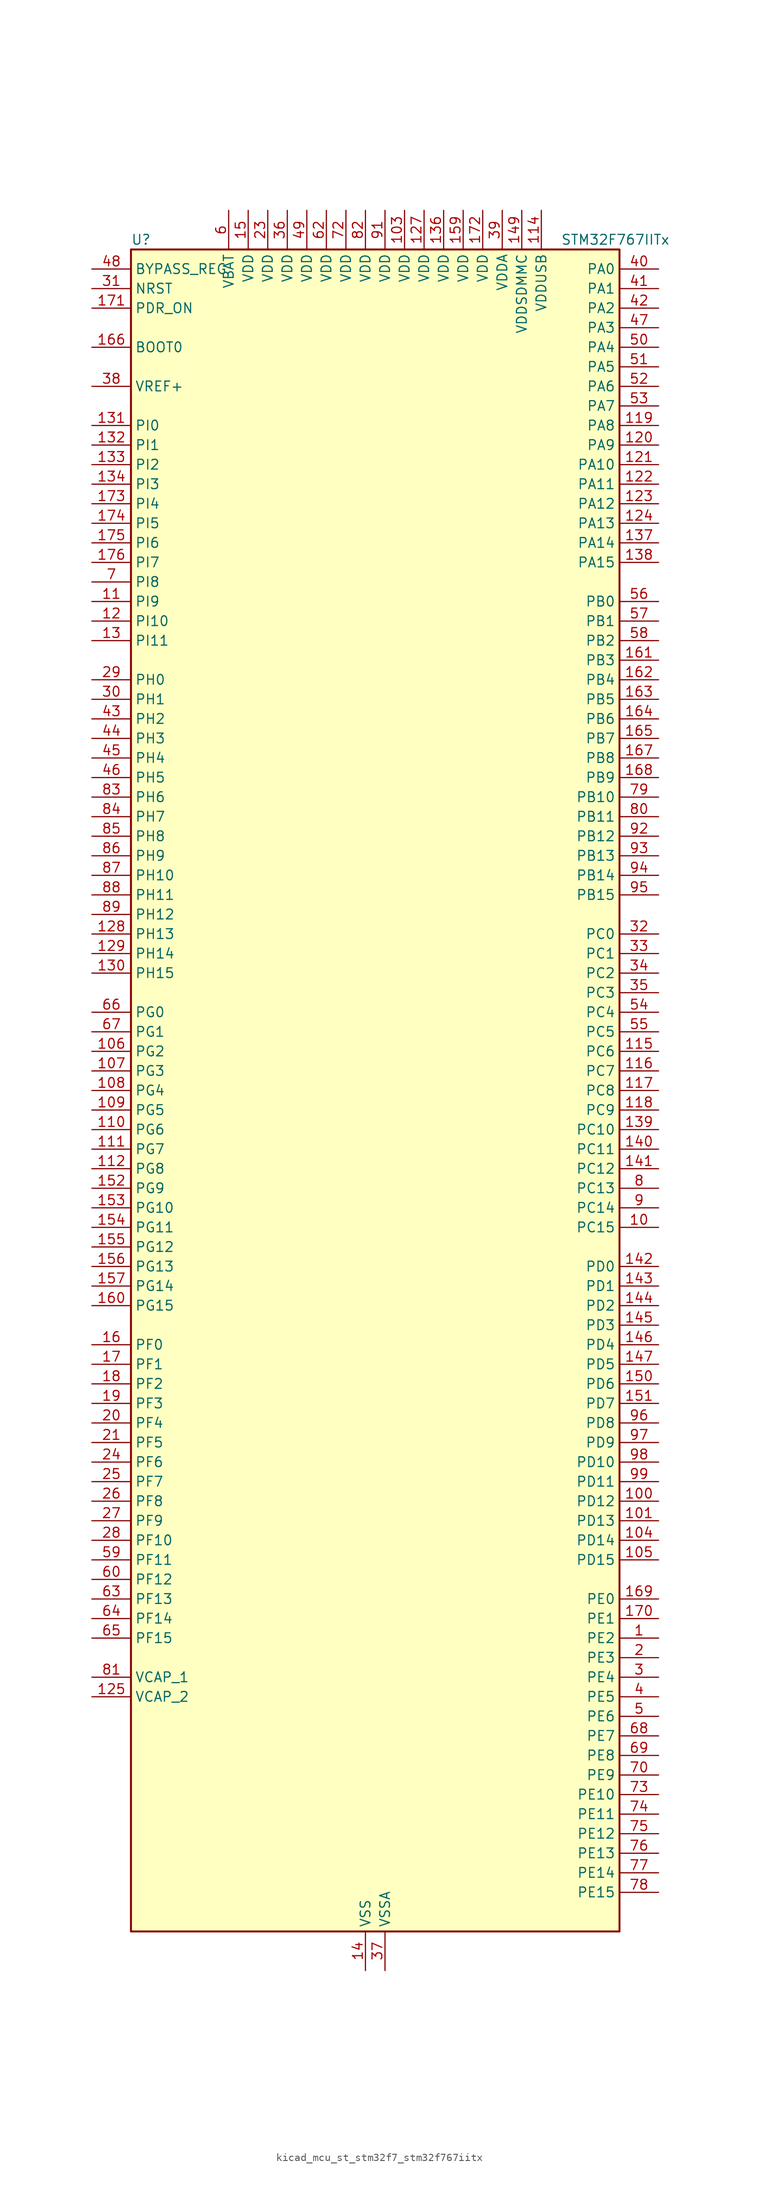
<source format=kicad_sym>
(kicad_symbol_lib
  (version 20220914)
  (generator kicad_symbol_editor)
  (symbol "kicad_mcu_st_stm32f7_stm32f767iitx"
    (property "Reference" "U"
      (at -30.48 110.49 0)
      (effects (font (size 1.27 1.27)) (justify left)))
    (property "Value" "STM32F767IITx"
      (at 25.4 110.49 0)
      (effects (font (size 1.27 1.27)) (justify left)))
    (property "ki_locked" ""
      (at 0 0 0)
      (effects (font (size 1.27 1.27))))
    (symbol "kicad_mcu_st_stm32f7_stm32f767iitx_0_1"
      (rectangle (start -30.48 -109.22) (end 33.02 109.22) (stroke (width 0.254) (type default)) (fill (type background))))
    (symbol "kicad_mcu_st_stm32f7_stm32f767iitx_1_1"
      (pin bidirectional line (at 38.1 -71.12 180) (length 5.08) (name "PE2" (effects (font (size 1.27 1.27)))) (number "1" (effects (font (size 1.27 1.27)))) (alternate "ETH_TXD3" bidirectional line) (alternate "FMC_A23" bidirectional line) (alternate "QUADSPI_BK1_IO2" bidirectional line) (alternate "SAI1_MCLK_A" bidirectional line) (alternate "SPI4_SCK" bidirectional line) (alternate "SYS_TRACECLK" bidirectional line))
      (pin bidirectional line (at 38.1 -17.78 180) (length 5.08) (name "PC15" (effects (font (size 1.27 1.27)))) (number "10" (effects (font (size 1.27 1.27)))) (alternate "RCC_OSC32_OUT" bidirectional line))
      (pin bidirectional line (at 38.1 -53.34 180) (length 5.08) (name "PD12" (effects (font (size 1.27 1.27)))) (number "100" (effects (font (size 1.27 1.27)))) (alternate "FMC_A17" bidirectional line) (alternate "FMC_ALE" bidirectional line) (alternate "I2C4_SCL" bidirectional line) (alternate "LPTIM1_IN1" bidirectional line) (alternate "QUADSPI_BK1_IO1" bidirectional line) (alternate "SAI2_FS_A" bidirectional line) (alternate "TIM4_CH1" bidirectional line) (alternate "USART3_DE" bidirectional line) (alternate "USART3_RTS" bidirectional line))
      (pin bidirectional line (at 38.1 -55.88 180) (length 5.08) (name "PD13" (effects (font (size 1.27 1.27)))) (number "101" (effects (font (size 1.27 1.27)))) (alternate "FMC_A18" bidirectional line) (alternate "I2C4_SDA" bidirectional line) (alternate "LPTIM1_OUT" bidirectional line) (alternate "QUADSPI_BK1_IO3" bidirectional line) (alternate "SAI2_SCK_A" bidirectional line) (alternate "TIM4_CH2" bidirectional line))
      (pin passive line (at 0 -114.3 90) (length 5.08) hide (name "VSS" (effects (font (size 1.27 1.27)))) (number "102" (effects (font (size 1.27 1.27)))))
      (pin power_in line (at 5.08 114.3 270) (length 5.08) (name "VDD" (effects (font (size 1.27 1.27)))) (number "103" (effects (font (size 1.27 1.27)))))
      (pin bidirectional line (at 38.1 -58.42 180) (length 5.08) (name "PD14" (effects (font (size 1.27 1.27)))) (number "104" (effects (font (size 1.27 1.27)))) (alternate "FMC_D0" bidirectional line) (alternate "FMC_DA0" bidirectional line) (alternate "TIM4_CH3" bidirectional line) (alternate "UART8_CTS" bidirectional line))
      (pin bidirectional line (at 38.1 -60.96 180) (length 5.08) (name "PD15" (effects (font (size 1.27 1.27)))) (number "105" (effects (font (size 1.27 1.27)))) (alternate "FMC_D1" bidirectional line) (alternate "FMC_DA1" bidirectional line) (alternate "TIM4_CH4" bidirectional line) (alternate "UART8_DE" bidirectional line) (alternate "UART8_RTS" bidirectional line))
      (pin bidirectional line (at -35.56 5.08 0) (length 5.08) (name "PG2" (effects (font (size 1.27 1.27)))) (number "106" (effects (font (size 1.27 1.27)))) (alternate "FMC_A12" bidirectional line))
      (pin bidirectional line (at -35.56 2.54 0) (length 5.08) (name "PG3" (effects (font (size 1.27 1.27)))) (number "107" (effects (font (size 1.27 1.27)))) (alternate "FMC_A13" bidirectional line))
      (pin bidirectional line (at -35.56 0 0) (length 5.08) (name "PG4" (effects (font (size 1.27 1.27)))) (number "108" (effects (font (size 1.27 1.27)))) (alternate "FMC_A14" bidirectional line) (alternate "FMC_BA0" bidirectional line))
      (pin bidirectional line (at -35.56 -2.54 0) (length 5.08) (name "PG5" (effects (font (size 1.27 1.27)))) (number "109" (effects (font (size 1.27 1.27)))) (alternate "FMC_A15" bidirectional line) (alternate "FMC_BA1" bidirectional line))
      (pin bidirectional line (at -35.56 63.5 0) (length 5.08) (name "PI9" (effects (font (size 1.27 1.27)))) (number "11" (effects (font (size 1.27 1.27)))) (alternate "CAN1_RX" bidirectional line) (alternate "DAC_EXTI9" bidirectional line) (alternate "FMC_D30" bidirectional line) (alternate "LTDC_VSYNC" bidirectional line) (alternate "UART4_RX" bidirectional line))
      (pin bidirectional line (at -35.56 -5.08 0) (length 5.08) (name "PG6" (effects (font (size 1.27 1.27)))) (number "110" (effects (font (size 1.27 1.27)))) (alternate "DCMI_D12" bidirectional line) (alternate "FMC_NE3" bidirectional line) (alternate "LTDC_R7" bidirectional line))
      (pin bidirectional line (at -35.56 -7.62 0) (length 5.08) (name "PG7" (effects (font (size 1.27 1.27)))) (number "111" (effects (font (size 1.27 1.27)))) (alternate "DCMI_D13" bidirectional line) (alternate "FMC_INT" bidirectional line) (alternate "LTDC_CLK" bidirectional line) (alternate "SAI1_MCLK_A" bidirectional line) (alternate "USART6_CK" bidirectional line))
      (pin bidirectional line (at -35.56 -10.16 0) (length 5.08) (name "PG8" (effects (font (size 1.27 1.27)))) (number "112" (effects (font (size 1.27 1.27)))) (alternate "ETH_PPS_OUT" bidirectional line) (alternate "FMC_SDCLK" bidirectional line) (alternate "LTDC_G7" bidirectional line) (alternate "SPDIFRX_IN2" bidirectional line) (alternate "SPI6_NSS" bidirectional line) (alternate "USART6_DE" bidirectional line) (alternate "USART6_RTS" bidirectional line))
      (pin passive line (at 0 -114.3 90) (length 5.08) hide (name "VSS" (effects (font (size 1.27 1.27)))) (number "113" (effects (font (size 1.27 1.27)))))
      (pin power_in line (at 22.86 114.3 270) (length 5.08) (name "VDDUSB" (effects (font (size 1.27 1.27)))) (number "114" (effects (font (size 1.27 1.27)))))
      (pin bidirectional line (at 38.1 5.08 180) (length 5.08) (name "PC6" (effects (font (size 1.27 1.27)))) (number "115" (effects (font (size 1.27 1.27)))) (alternate "DCMI_D0" bidirectional line) (alternate "DFSDM1_CKIN3" bidirectional line) (alternate "FMC_NWAIT" bidirectional line) (alternate "I2S2_MCK" bidirectional line) (alternate "LTDC_HSYNC" bidirectional line) (alternate "SDMMC1_D6" bidirectional line) (alternate "SDMMC2_D6" bidirectional line) (alternate "TIM3_CH1" bidirectional line) (alternate "TIM8_CH1" bidirectional line) (alternate "USART6_TX" bidirectional line))
      (pin bidirectional line (at 38.1 2.54 180) (length 5.08) (name "PC7" (effects (font (size 1.27 1.27)))) (number "116" (effects (font (size 1.27 1.27)))) (alternate "DCMI_D1" bidirectional line) (alternate "DFSDM1_DATIN3" bidirectional line) (alternate "FMC_NE1" bidirectional line) (alternate "I2S3_MCK" bidirectional line) (alternate "LTDC_G6" bidirectional line) (alternate "SDMMC1_D7" bidirectional line) (alternate "SDMMC2_D7" bidirectional line) (alternate "TIM3_CH2" bidirectional line) (alternate "TIM8_CH2" bidirectional line) (alternate "USART6_RX" bidirectional line))
      (pin bidirectional line (at 38.1 0 180) (length 5.08) (name "PC8" (effects (font (size 1.27 1.27)))) (number "117" (effects (font (size 1.27 1.27)))) (alternate "DCMI_D2" bidirectional line) (alternate "FMC_NCE" bidirectional line) (alternate "FMC_NE2" bidirectional line) (alternate "SDMMC1_D0" bidirectional line) (alternate "SYS_TRACED1" bidirectional line) (alternate "TIM3_CH3" bidirectional line) (alternate "TIM8_CH3" bidirectional line) (alternate "UART5_DE" bidirectional line) (alternate "UART5_RTS" bidirectional line) (alternate "USART6_CK" bidirectional line))
      (pin bidirectional line (at 38.1 -2.54 180) (length 5.08) (name "PC9" (effects (font (size 1.27 1.27)))) (number "118" (effects (font (size 1.27 1.27)))) (alternate "DAC_EXTI9" bidirectional line) (alternate "DCMI_D3" bidirectional line) (alternate "I2C3_SDA" bidirectional line) (alternate "I2S_CKIN" bidirectional line) (alternate "LTDC_B2" bidirectional line) (alternate "LTDC_G3" bidirectional line) (alternate "QUADSPI_BK1_IO0" bidirectional line) (alternate "RCC_MCO_2" bidirectional line) (alternate "SDMMC1_D1" bidirectional line) (alternate "TIM3_CH4" bidirectional line) (alternate "TIM8_CH4" bidirectional line) (alternate "UART5_CTS" bidirectional line))
      (pin bidirectional line (at 38.1 86.36 180) (length 5.08) (name "PA8" (effects (font (size 1.27 1.27)))) (number "119" (effects (font (size 1.27 1.27)))) (alternate "CAN3_RX" bidirectional line) (alternate "I2C3_SCL" bidirectional line) (alternate "LTDC_B3" bidirectional line) (alternate "LTDC_R6" bidirectional line) (alternate "RCC_MCO_1" bidirectional line) (alternate "TIM1_CH1" bidirectional line) (alternate "TIM8_BKIN2" bidirectional line) (alternate "UART7_RX" bidirectional line) (alternate "USART1_CK" bidirectional line) (alternate "USB_OTG_FS_SOF" bidirectional line))
      (pin bidirectional line (at -35.56 60.96 0) (length 5.08) (name "PI10" (effects (font (size 1.27 1.27)))) (number "12" (effects (font (size 1.27 1.27)))) (alternate "ETH_RX_ER" bidirectional line) (alternate "FMC_D31" bidirectional line) (alternate "LTDC_HSYNC" bidirectional line))
      (pin bidirectional line (at 38.1 83.82 180) (length 5.08) (name "PA9" (effects (font (size 1.27 1.27)))) (number "120" (effects (font (size 1.27 1.27)))) (alternate "DAC_EXTI9" bidirectional line) (alternate "DCMI_D0" bidirectional line) (alternate "I2C3_SMBA" bidirectional line) (alternate "I2S2_CK" bidirectional line) (alternate "LTDC_R5" bidirectional line) (alternate "SPI2_SCK" bidirectional line) (alternate "TIM1_CH2" bidirectional line) (alternate "USART1_TX" bidirectional line) (alternate "USB_OTG_FS_VBUS" bidirectional line))
      (pin bidirectional line (at 38.1 81.28 180) (length 5.08) (name "PA10" (effects (font (size 1.27 1.27)))) (number "121" (effects (font (size 1.27 1.27)))) (alternate "DCMI_D1" bidirectional line) (alternate "LTDC_B1" bidirectional line) (alternate "LTDC_B4" bidirectional line) (alternate "MDIOS_MDIO" bidirectional line) (alternate "TIM1_CH3" bidirectional line) (alternate "USART1_RX" bidirectional line) (alternate "USB_OTG_FS_ID" bidirectional line))
      (pin bidirectional line (at 38.1 78.74 180) (length 5.08) (name "PA11" (effects (font (size 1.27 1.27)))) (number "122" (effects (font (size 1.27 1.27)))) (alternate "ADC1_EXTI11" bidirectional line) (alternate "ADC2_EXTI11" bidirectional line) (alternate "ADC3_EXTI11" bidirectional line) (alternate "CAN1_RX" bidirectional line) (alternate "I2S2_WS" bidirectional line) (alternate "LTDC_R4" bidirectional line) (alternate "SPI2_NSS" bidirectional line) (alternate "TIM1_CH4" bidirectional line) (alternate "UART4_RX" bidirectional line) (alternate "USART1_CTS" bidirectional line) (alternate "USB_OTG_FS_DM" bidirectional line))
      (pin bidirectional line (at 38.1 76.2 180) (length 5.08) (name "PA12" (effects (font (size 1.27 1.27)))) (number "123" (effects (font (size 1.27 1.27)))) (alternate "CAN1_TX" bidirectional line) (alternate "I2S2_CK" bidirectional line) (alternate "LTDC_R5" bidirectional line) (alternate "SAI2_FS_B" bidirectional line) (alternate "SPI2_SCK" bidirectional line) (alternate "TIM1_ETR" bidirectional line) (alternate "UART4_TX" bidirectional line) (alternate "USART1_DE" bidirectional line) (alternate "USART1_RTS" bidirectional line) (alternate "USB_OTG_FS_DP" bidirectional line))
      (pin bidirectional line (at 38.1 73.66 180) (length 5.08) (name "PA13" (effects (font (size 1.27 1.27)))) (number "124" (effects (font (size 1.27 1.27)))) (alternate "SYS_JTMS-SWDIO" bidirectional line))
      (pin power_out line (at -35.56 -78.74 0) (length 5.08) (name "VCAP_2" (effects (font (size 1.27 1.27)))) (number "125" (effects (font (size 1.27 1.27)))))
      (pin passive line (at 0 -114.3 90) (length 5.08) hide (name "VSS" (effects (font (size 1.27 1.27)))) (number "126" (effects (font (size 1.27 1.27)))))
      (pin power_in line (at 7.62 114.3 270) (length 5.08) (name "VDD" (effects (font (size 1.27 1.27)))) (number "127" (effects (font (size 1.27 1.27)))))
      (pin bidirectional line (at -35.56 20.32 0) (length 5.08) (name "PH13" (effects (font (size 1.27 1.27)))) (number "128" (effects (font (size 1.27 1.27)))) (alternate "CAN1_TX" bidirectional line) (alternate "FMC_D21" bidirectional line) (alternate "LTDC_G2" bidirectional line) (alternate "TIM8_CH1N" bidirectional line) (alternate "UART4_TX" bidirectional line))
      (pin bidirectional line (at -35.56 17.78 0) (length 5.08) (name "PH14" (effects (font (size 1.27 1.27)))) (number "129" (effects (font (size 1.27 1.27)))) (alternate "CAN1_RX" bidirectional line) (alternate "DCMI_D4" bidirectional line) (alternate "FMC_D22" bidirectional line) (alternate "LTDC_G3" bidirectional line) (alternate "TIM8_CH2N" bidirectional line) (alternate "UART4_RX" bidirectional line))
      (pin bidirectional line (at -35.56 58.42 0) (length 5.08) (name "PI11" (effects (font (size 1.27 1.27)))) (number "13" (effects (font (size 1.27 1.27)))) (alternate "ADC1_EXTI11" bidirectional line) (alternate "ADC2_EXTI11" bidirectional line) (alternate "ADC3_EXTI11" bidirectional line) (alternate "LTDC_G6" bidirectional line) (alternate "SYS_WKUP6" bidirectional line) (alternate "USB_OTG_HS_ULPI_DIR" bidirectional line))
      (pin bidirectional line (at -35.56 15.24 0) (length 5.08) (name "PH15" (effects (font (size 1.27 1.27)))) (number "130" (effects (font (size 1.27 1.27)))) (alternate "DCMI_D11" bidirectional line) (alternate "FMC_D23" bidirectional line) (alternate "LTDC_G4" bidirectional line) (alternate "TIM8_CH3N" bidirectional line))
      (pin bidirectional line (at -35.56 86.36 0) (length 5.08) (name "PI0" (effects (font (size 1.27 1.27)))) (number "131" (effects (font (size 1.27 1.27)))) (alternate "DCMI_D13" bidirectional line) (alternate "FMC_D24" bidirectional line) (alternate "I2S2_WS" bidirectional line) (alternate "LTDC_G5" bidirectional line) (alternate "SPI2_NSS" bidirectional line) (alternate "TIM5_CH4" bidirectional line))
      (pin bidirectional line (at -35.56 83.82 0) (length 5.08) (name "PI1" (effects (font (size 1.27 1.27)))) (number "132" (effects (font (size 1.27 1.27)))) (alternate "DCMI_D8" bidirectional line) (alternate "FMC_D25" bidirectional line) (alternate "I2S2_CK" bidirectional line) (alternate "LTDC_G6" bidirectional line) (alternate "SPI2_SCK" bidirectional line) (alternate "TIM8_BKIN2" bidirectional line))
      (pin bidirectional line (at -35.56 81.28 0) (length 5.08) (name "PI2" (effects (font (size 1.27 1.27)))) (number "133" (effects (font (size 1.27 1.27)))) (alternate "DCMI_D9" bidirectional line) (alternate "FMC_D26" bidirectional line) (alternate "LTDC_G7" bidirectional line) (alternate "SPI2_MISO" bidirectional line) (alternate "TIM8_CH4" bidirectional line))
      (pin bidirectional line (at -35.56 78.74 0) (length 5.08) (name "PI3" (effects (font (size 1.27 1.27)))) (number "134" (effects (font (size 1.27 1.27)))) (alternate "DCMI_D10" bidirectional line) (alternate "FMC_D27" bidirectional line) (alternate "I2S2_SD" bidirectional line) (alternate "SPI2_MOSI" bidirectional line) (alternate "TIM8_ETR" bidirectional line))
      (pin passive line (at 0 -114.3 90) (length 5.08) hide (name "VSS" (effects (font (size 1.27 1.27)))) (number "135" (effects (font (size 1.27 1.27)))))
      (pin power_in line (at 10.16 114.3 270) (length 5.08) (name "VDD" (effects (font (size 1.27 1.27)))) (number "136" (effects (font (size 1.27 1.27)))))
      (pin bidirectional line (at 38.1 71.12 180) (length 5.08) (name "PA14" (effects (font (size 1.27 1.27)))) (number "137" (effects (font (size 1.27 1.27)))) (alternate "SYS_JTCK-SWCLK" bidirectional line))
      (pin bidirectional line (at 38.1 68.58 180) (length 5.08) (name "PA15" (effects (font (size 1.27 1.27)))) (number "138" (effects (font (size 1.27 1.27)))) (alternate "CAN3_TX" bidirectional line) (alternate "CEC" bidirectional line) (alternate "I2S1_WS" bidirectional line) (alternate "I2S3_WS" bidirectional line) (alternate "SPI1_NSS" bidirectional line) (alternate "SPI3_NSS" bidirectional line) (alternate "SPI6_NSS" bidirectional line) (alternate "SYS_JTDI" bidirectional line) (alternate "TIM2_CH1" bidirectional line) (alternate "TIM2_ETR" bidirectional line) (alternate "UART4_DE" bidirectional line) (alternate "UART4_RTS" bidirectional line) (alternate "UART7_TX" bidirectional line))
      (pin bidirectional line (at 38.1 -5.08 180) (length 5.08) (name "PC10" (effects (font (size 1.27 1.27)))) (number "139" (effects (font (size 1.27 1.27)))) (alternate "DCMI_D8" bidirectional line) (alternate "DFSDM1_CKIN5" bidirectional line) (alternate "I2S3_CK" bidirectional line) (alternate "LTDC_R2" bidirectional line) (alternate "QUADSPI_BK1_IO1" bidirectional line) (alternate "SDMMC1_D2" bidirectional line) (alternate "SPI3_SCK" bidirectional line) (alternate "UART4_TX" bidirectional line) (alternate "USART3_TX" bidirectional line))
      (pin power_in line (at 0 -114.3 90) (length 5.08) (name "VSS" (effects (font (size 1.27 1.27)))) (number "14" (effects (font (size 1.27 1.27)))))
      (pin bidirectional line (at 38.1 -7.62 180) (length 5.08) (name "PC11" (effects (font (size 1.27 1.27)))) (number "140" (effects (font (size 1.27 1.27)))) (alternate "ADC1_EXTI11" bidirectional line) (alternate "ADC2_EXTI11" bidirectional line) (alternate "ADC3_EXTI11" bidirectional line) (alternate "DCMI_D4" bidirectional line) (alternate "DFSDM1_DATIN5" bidirectional line) (alternate "QUADSPI_BK2_NCS" bidirectional line) (alternate "SDMMC1_D3" bidirectional line) (alternate "SPI3_MISO" bidirectional line) (alternate "UART4_RX" bidirectional line) (alternate "USART3_RX" bidirectional line))
      (pin bidirectional line (at 38.1 -10.16 180) (length 5.08) (name "PC12" (effects (font (size 1.27 1.27)))) (number "141" (effects (font (size 1.27 1.27)))) (alternate "DCMI_D9" bidirectional line) (alternate "I2S3_SD" bidirectional line) (alternate "SDMMC1_CK" bidirectional line) (alternate "SPI3_MOSI" bidirectional line) (alternate "SYS_TRACED3" bidirectional line) (alternate "UART5_TX" bidirectional line) (alternate "USART3_CK" bidirectional line))
      (pin bidirectional line (at 38.1 -22.86 180) (length 5.08) (name "PD0" (effects (font (size 1.27 1.27)))) (number "142" (effects (font (size 1.27 1.27)))) (alternate "CAN1_RX" bidirectional line) (alternate "DFSDM1_CKIN6" bidirectional line) (alternate "DFSDM1_DATIN7" bidirectional line) (alternate "FMC_D2" bidirectional line) (alternate "FMC_DA2" bidirectional line) (alternate "UART4_RX" bidirectional line))
      (pin bidirectional line (at 38.1 -25.4 180) (length 5.08) (name "PD1" (effects (font (size 1.27 1.27)))) (number "143" (effects (font (size 1.27 1.27)))) (alternate "CAN1_TX" bidirectional line) (alternate "DFSDM1_CKIN7" bidirectional line) (alternate "DFSDM1_DATIN6" bidirectional line) (alternate "FMC_D3" bidirectional line) (alternate "FMC_DA3" bidirectional line) (alternate "UART4_TX" bidirectional line))
      (pin bidirectional line (at 38.1 -27.94 180) (length 5.08) (name "PD2" (effects (font (size 1.27 1.27)))) (number "144" (effects (font (size 1.27 1.27)))) (alternate "DCMI_D11" bidirectional line) (alternate "SDMMC1_CMD" bidirectional line) (alternate "SYS_TRACED2" bidirectional line) (alternate "TIM3_ETR" bidirectional line) (alternate "UART5_RX" bidirectional line))
      (pin bidirectional line (at 38.1 -30.48 180) (length 5.08) (name "PD3" (effects (font (size 1.27 1.27)))) (number "145" (effects (font (size 1.27 1.27)))) (alternate "DCMI_D5" bidirectional line) (alternate "DFSDM1_CKOUT" bidirectional line) (alternate "DFSDM1_DATIN0" bidirectional line) (alternate "FMC_CLK" bidirectional line) (alternate "I2S2_CK" bidirectional line) (alternate "LTDC_G7" bidirectional line) (alternate "SPI2_SCK" bidirectional line) (alternate "USART2_CTS" bidirectional line))
      (pin bidirectional line (at 38.1 -33.02 180) (length 5.08) (name "PD4" (effects (font (size 1.27 1.27)))) (number "146" (effects (font (size 1.27 1.27)))) (alternate "DFSDM1_CKIN0" bidirectional line) (alternate "FMC_NOE" bidirectional line) (alternate "USART2_DE" bidirectional line) (alternate "USART2_RTS" bidirectional line))
      (pin bidirectional line (at 38.1 -35.56 180) (length 5.08) (name "PD5" (effects (font (size 1.27 1.27)))) (number "147" (effects (font (size 1.27 1.27)))) (alternate "FMC_NWE" bidirectional line) (alternate "USART2_TX" bidirectional line))
      (pin passive line (at 0 -114.3 90) (length 5.08) hide (name "VSS" (effects (font (size 1.27 1.27)))) (number "148" (effects (font (size 1.27 1.27)))))
      (pin power_in line (at 20.32 114.3 270) (length 5.08) (name "VDDSDMMC" (effects (font (size 1.27 1.27)))) (number "149" (effects (font (size 1.27 1.27)))))
      (pin power_in line (at -15.24 114.3 270) (length 5.08) (name "VDD" (effects (font (size 1.27 1.27)))) (number "15" (effects (font (size 1.27 1.27)))))
      (pin bidirectional line (at 38.1 -38.1 180) (length 5.08) (name "PD6" (effects (font (size 1.27 1.27)))) (number "150" (effects (font (size 1.27 1.27)))) (alternate "DCMI_D10" bidirectional line) (alternate "DFSDM1_CKIN4" bidirectional line) (alternate "DFSDM1_DATIN1" bidirectional line) (alternate "FMC_NWAIT" bidirectional line) (alternate "I2S3_SD" bidirectional line) (alternate "LTDC_B2" bidirectional line) (alternate "SAI1_SD_A" bidirectional line) (alternate "SDMMC2_CK" bidirectional line) (alternate "SPI3_MOSI" bidirectional line) (alternate "USART2_RX" bidirectional line))
      (pin bidirectional line (at 38.1 -40.64 180) (length 5.08) (name "PD7" (effects (font (size 1.27 1.27)))) (number "151" (effects (font (size 1.27 1.27)))) (alternate "DFSDM1_CKIN1" bidirectional line) (alternate "DFSDM1_DATIN4" bidirectional line) (alternate "FMC_NE1" bidirectional line) (alternate "I2S1_SD" bidirectional line) (alternate "SDMMC2_CMD" bidirectional line) (alternate "SPDIFRX_IN0" bidirectional line) (alternate "SPI1_MOSI" bidirectional line) (alternate "USART2_CK" bidirectional line))
      (pin bidirectional line (at -35.56 -12.7 0) (length 5.08) (name "PG9" (effects (font (size 1.27 1.27)))) (number "152" (effects (font (size 1.27 1.27)))) (alternate "DAC_EXTI9" bidirectional line) (alternate "DCMI_VSYNC" bidirectional line) (alternate "FMC_NCE" bidirectional line) (alternate "FMC_NE2" bidirectional line) (alternate "QUADSPI_BK2_IO2" bidirectional line) (alternate "SAI2_FS_B" bidirectional line) (alternate "SDMMC2_D0" bidirectional line) (alternate "SPDIFRX_IN3" bidirectional line) (alternate "SPI1_MISO" bidirectional line) (alternate "USART6_RX" bidirectional line))
      (pin bidirectional line (at -35.56 -15.24 0) (length 5.08) (name "PG10" (effects (font (size 1.27 1.27)))) (number "153" (effects (font (size 1.27 1.27)))) (alternate "DCMI_D2" bidirectional line) (alternate "FMC_NE3" bidirectional line) (alternate "I2S1_WS" bidirectional line) (alternate "LTDC_B2" bidirectional line) (alternate "LTDC_G3" bidirectional line) (alternate "SAI2_SD_B" bidirectional line) (alternate "SDMMC2_D1" bidirectional line) (alternate "SPI1_NSS" bidirectional line))
      (pin bidirectional line (at -35.56 -17.78 0) (length 5.08) (name "PG11" (effects (font (size 1.27 1.27)))) (number "154" (effects (font (size 1.27 1.27)))) (alternate "ADC1_EXTI11" bidirectional line) (alternate "ADC2_EXTI11" bidirectional line) (alternate "ADC3_EXTI11" bidirectional line) (alternate "DCMI_D3" bidirectional line) (alternate "ETH_TX_EN" bidirectional line) (alternate "I2S1_CK" bidirectional line) (alternate "LTDC_B3" bidirectional line) (alternate "SDMMC2_D2" bidirectional line) (alternate "SPDIFRX_IN0" bidirectional line) (alternate "SPI1_SCK" bidirectional line))
      (pin bidirectional line (at -35.56 -20.32 0) (length 5.08) (name "PG12" (effects (font (size 1.27 1.27)))) (number "155" (effects (font (size 1.27 1.27)))) (alternate "FMC_NE4" bidirectional line) (alternate "LPTIM1_IN1" bidirectional line) (alternate "LTDC_B1" bidirectional line) (alternate "LTDC_B4" bidirectional line) (alternate "SDMMC2_D3" bidirectional line) (alternate "SPDIFRX_IN1" bidirectional line) (alternate "SPI6_MISO" bidirectional line) (alternate "USART6_DE" bidirectional line) (alternate "USART6_RTS" bidirectional line))
      (pin bidirectional line (at -35.56 -22.86 0) (length 5.08) (name "PG13" (effects (font (size 1.27 1.27)))) (number "156" (effects (font (size 1.27 1.27)))) (alternate "ETH_TXD0" bidirectional line) (alternate "FMC_A24" bidirectional line) (alternate "LPTIM1_OUT" bidirectional line) (alternate "LTDC_R0" bidirectional line) (alternate "SPI6_SCK" bidirectional line) (alternate "SYS_TRACED0" bidirectional line) (alternate "USART6_CTS" bidirectional line))
      (pin bidirectional line (at -35.56 -25.4 0) (length 5.08) (name "PG14" (effects (font (size 1.27 1.27)))) (number "157" (effects (font (size 1.27 1.27)))) (alternate "ETH_TXD1" bidirectional line) (alternate "FMC_A25" bidirectional line) (alternate "LPTIM1_ETR" bidirectional line) (alternate "LTDC_B0" bidirectional line) (alternate "QUADSPI_BK2_IO3" bidirectional line) (alternate "SPI6_MOSI" bidirectional line) (alternate "SYS_TRACED1" bidirectional line) (alternate "USART6_TX" bidirectional line))
      (pin passive line (at 0 -114.3 90) (length 5.08) hide (name "VSS" (effects (font (size 1.27 1.27)))) (number "158" (effects (font (size 1.27 1.27)))))
      (pin power_in line (at 12.7 114.3 270) (length 5.08) (name "VDD" (effects (font (size 1.27 1.27)))) (number "159" (effects (font (size 1.27 1.27)))))
      (pin bidirectional line (at -35.56 -33.02 0) (length 5.08) (name "PF0" (effects (font (size 1.27 1.27)))) (number "16" (effects (font (size 1.27 1.27)))) (alternate "FMC_A0" bidirectional line) (alternate "I2C2_SDA" bidirectional line))
      (pin bidirectional line (at -35.56 -27.94 0) (length 5.08) (name "PG15" (effects (font (size 1.27 1.27)))) (number "160" (effects (font (size 1.27 1.27)))) (alternate "DCMI_D13" bidirectional line) (alternate "FMC_SDNCAS" bidirectional line) (alternate "USART6_CTS" bidirectional line))
      (pin bidirectional line (at 38.1 55.88 180) (length 5.08) (name "PB3" (effects (font (size 1.27 1.27)))) (number "161" (effects (font (size 1.27 1.27)))) (alternate "CAN3_RX" bidirectional line) (alternate "I2S1_CK" bidirectional line) (alternate "I2S3_CK" bidirectional line) (alternate "SDMMC2_D2" bidirectional line) (alternate "SPI1_SCK" bidirectional line) (alternate "SPI3_SCK" bidirectional line) (alternate "SPI6_SCK" bidirectional line) (alternate "SYS_JTDO-SWO" bidirectional line) (alternate "TIM2_CH2" bidirectional line) (alternate "UART7_RX" bidirectional line))
      (pin bidirectional line (at 38.1 53.34 180) (length 5.08) (name "PB4" (effects (font (size 1.27 1.27)))) (number "162" (effects (font (size 1.27 1.27)))) (alternate "CAN3_TX" bidirectional line) (alternate "I2S2_WS" bidirectional line) (alternate "SDMMC2_D3" bidirectional line) (alternate "SPI1_MISO" bidirectional line) (alternate "SPI2_NSS" bidirectional line) (alternate "SPI3_MISO" bidirectional line) (alternate "SPI6_MISO" bidirectional line) (alternate "SYS_JTRST" bidirectional line) (alternate "TIM3_CH1" bidirectional line) (alternate "UART7_TX" bidirectional line))
      (pin bidirectional line (at 38.1 50.8 180) (length 5.08) (name "PB5" (effects (font (size 1.27 1.27)))) (number "163" (effects (font (size 1.27 1.27)))) (alternate "CAN2_RX" bidirectional line) (alternate "DCMI_D10" bidirectional line) (alternate "ETH_PPS_OUT" bidirectional line) (alternate "FMC_SDCKE1" bidirectional line) (alternate "I2C1_SMBA" bidirectional line) (alternate "I2S1_SD" bidirectional line) (alternate "I2S3_SD" bidirectional line) (alternate "LTDC_G7" bidirectional line) (alternate "SPI1_MOSI" bidirectional line) (alternate "SPI3_MOSI" bidirectional line) (alternate "SPI6_MOSI" bidirectional line) (alternate "TIM3_CH2" bidirectional line) (alternate "UART5_RX" bidirectional line) (alternate "USB_OTG_HS_ULPI_D7" bidirectional line))
      (pin bidirectional line (at 38.1 48.26 180) (length 5.08) (name "PB6" (effects (font (size 1.27 1.27)))) (number "164" (effects (font (size 1.27 1.27)))) (alternate "CAN2_TX" bidirectional line) (alternate "CEC" bidirectional line) (alternate "DCMI_D5" bidirectional line) (alternate "DFSDM1_DATIN5" bidirectional line) (alternate "FMC_SDNE1" bidirectional line) (alternate "I2C1_SCL" bidirectional line) (alternate "I2C4_SCL" bidirectional line) (alternate "QUADSPI_BK1_NCS" bidirectional line) (alternate "TIM4_CH1" bidirectional line) (alternate "UART5_TX" bidirectional line) (alternate "USART1_TX" bidirectional line))
      (pin bidirectional line (at 38.1 45.72 180) (length 5.08) (name "PB7" (effects (font (size 1.27 1.27)))) (number "165" (effects (font (size 1.27 1.27)))) (alternate "DCMI_VSYNC" bidirectional line) (alternate "DFSDM1_CKIN5" bidirectional line) (alternate "FMC_NL" bidirectional line) (alternate "I2C1_SDA" bidirectional line) (alternate "I2C4_SDA" bidirectional line) (alternate "TIM4_CH2" bidirectional line) (alternate "USART1_RX" bidirectional line))
      (pin input line (at -35.56 96.52 0) (length 5.08) (name "BOOT0" (effects (font (size 1.27 1.27)))) (number "166" (effects (font (size 1.27 1.27)))))
      (pin bidirectional line (at 38.1 43.18 180) (length 5.08) (name "PB8" (effects (font (size 1.27 1.27)))) (number "167" (effects (font (size 1.27 1.27)))) (alternate "CAN1_RX" bidirectional line) (alternate "DCMI_D6" bidirectional line) (alternate "DFSDM1_CKIN7" bidirectional line) (alternate "ETH_TXD3" bidirectional line) (alternate "I2C1_SCL" bidirectional line) (alternate "I2C4_SCL" bidirectional line) (alternate "LTDC_B6" bidirectional line) (alternate "SDMMC1_D4" bidirectional line) (alternate "SDMMC2_D4" bidirectional line) (alternate "TIM10_CH1" bidirectional line) (alternate "TIM4_CH3" bidirectional line) (alternate "UART5_RX" bidirectional line))
      (pin bidirectional line (at 38.1 40.64 180) (length 5.08) (name "PB9" (effects (font (size 1.27 1.27)))) (number "168" (effects (font (size 1.27 1.27)))) (alternate "CAN1_TX" bidirectional line) (alternate "DAC_EXTI9" bidirectional line) (alternate "DCMI_D7" bidirectional line) (alternate "DFSDM1_DATIN7" bidirectional line) (alternate "I2C1_SDA" bidirectional line) (alternate "I2C4_SDA" bidirectional line) (alternate "I2C4_SMBA" bidirectional line) (alternate "I2S2_WS" bidirectional line) (alternate "LTDC_B7" bidirectional line) (alternate "SDMMC1_D5" bidirectional line) (alternate "SDMMC2_D5" bidirectional line) (alternate "SPI2_NSS" bidirectional line) (alternate "TIM11_CH1" bidirectional line) (alternate "TIM4_CH4" bidirectional line) (alternate "UART5_TX" bidirectional line))
      (pin bidirectional line (at 38.1 -66.04 180) (length 5.08) (name "PE0" (effects (font (size 1.27 1.27)))) (number "169" (effects (font (size 1.27 1.27)))) (alternate "DCMI_D2" bidirectional line) (alternate "FMC_NBL0" bidirectional line) (alternate "LPTIM1_ETR" bidirectional line) (alternate "SAI2_MCLK_A" bidirectional line) (alternate "TIM4_ETR" bidirectional line) (alternate "UART8_RX" bidirectional line))
      (pin bidirectional line (at -35.56 -35.56 0) (length 5.08) (name "PF1" (effects (font (size 1.27 1.27)))) (number "17" (effects (font (size 1.27 1.27)))) (alternate "FMC_A1" bidirectional line) (alternate "I2C2_SCL" bidirectional line))
      (pin bidirectional line (at 38.1 -68.58 180) (length 5.08) (name "PE1" (effects (font (size 1.27 1.27)))) (number "170" (effects (font (size 1.27 1.27)))) (alternate "DCMI_D3" bidirectional line) (alternate "FMC_NBL1" bidirectional line) (alternate "LPTIM1_IN2" bidirectional line) (alternate "UART8_TX" bidirectional line))
      (pin input line (at -35.56 101.6 0) (length 5.08) (name "PDR_ON" (effects (font (size 1.27 1.27)))) (number "171" (effects (font (size 1.27 1.27)))))
      (pin power_in line (at 15.24 114.3 270) (length 5.08) (name "VDD" (effects (font (size 1.27 1.27)))) (number "172" (effects (font (size 1.27 1.27)))))
      (pin bidirectional line (at -35.56 76.2 0) (length 5.08) (name "PI4" (effects (font (size 1.27 1.27)))) (number "173" (effects (font (size 1.27 1.27)))) (alternate "DCMI_D5" bidirectional line) (alternate "FMC_NBL2" bidirectional line) (alternate "LTDC_B4" bidirectional line) (alternate "SAI2_MCLK_A" bidirectional line) (alternate "TIM8_BKIN" bidirectional line))
      (pin bidirectional line (at -35.56 73.66 0) (length 5.08) (name "PI5" (effects (font (size 1.27 1.27)))) (number "174" (effects (font (size 1.27 1.27)))) (alternate "DCMI_VSYNC" bidirectional line) (alternate "FMC_NBL3" bidirectional line) (alternate "LTDC_B5" bidirectional line) (alternate "SAI2_SCK_A" bidirectional line) (alternate "TIM8_CH1" bidirectional line))
      (pin bidirectional line (at -35.56 71.12 0) (length 5.08) (name "PI6" (effects (font (size 1.27 1.27)))) (number "175" (effects (font (size 1.27 1.27)))) (alternate "DCMI_D6" bidirectional line) (alternate "FMC_D28" bidirectional line) (alternate "LTDC_B6" bidirectional line) (alternate "SAI2_SD_A" bidirectional line) (alternate "TIM8_CH2" bidirectional line))
      (pin bidirectional line (at -35.56 68.58 0) (length 5.08) (name "PI7" (effects (font (size 1.27 1.27)))) (number "176" (effects (font (size 1.27 1.27)))) (alternate "DCMI_D7" bidirectional line) (alternate "FMC_D29" bidirectional line) (alternate "LTDC_B7" bidirectional line) (alternate "SAI2_FS_A" bidirectional line) (alternate "TIM8_CH3" bidirectional line))
      (pin bidirectional line (at -35.56 -38.1 0) (length 5.08) (name "PF2" (effects (font (size 1.27 1.27)))) (number "18" (effects (font (size 1.27 1.27)))) (alternate "FMC_A2" bidirectional line) (alternate "I2C2_SMBA" bidirectional line))
      (pin bidirectional line (at -35.56 -40.64 0) (length 5.08) (name "PF3" (effects (font (size 1.27 1.27)))) (number "19" (effects (font (size 1.27 1.27)))) (alternate "ADC3_IN9" bidirectional line) (alternate "FMC_A3" bidirectional line))
      (pin bidirectional line (at 38.1 -73.66 180) (length 5.08) (name "PE3" (effects (font (size 1.27 1.27)))) (number "2" (effects (font (size 1.27 1.27)))) (alternate "FMC_A19" bidirectional line) (alternate "SAI1_SD_B" bidirectional line) (alternate "SYS_TRACED0" bidirectional line))
      (pin bidirectional line (at -35.56 -43.18 0) (length 5.08) (name "PF4" (effects (font (size 1.27 1.27)))) (number "20" (effects (font (size 1.27 1.27)))) (alternate "ADC3_IN14" bidirectional line) (alternate "FMC_A4" bidirectional line))
      (pin bidirectional line (at -35.56 -45.72 0) (length 5.08) (name "PF5" (effects (font (size 1.27 1.27)))) (number "21" (effects (font (size 1.27 1.27)))) (alternate "ADC3_IN15" bidirectional line) (alternate "FMC_A5" bidirectional line))
      (pin passive line (at 0 -114.3 90) (length 5.08) hide (name "VSS" (effects (font (size 1.27 1.27)))) (number "22" (effects (font (size 1.27 1.27)))))
      (pin power_in line (at -12.7 114.3 270) (length 5.08) (name "VDD" (effects (font (size 1.27 1.27)))) (number "23" (effects (font (size 1.27 1.27)))))
      (pin bidirectional line (at -35.56 -48.26 0) (length 5.08) (name "PF6" (effects (font (size 1.27 1.27)))) (number "24" (effects (font (size 1.27 1.27)))) (alternate "ADC3_IN4" bidirectional line) (alternate "QUADSPI_BK1_IO3" bidirectional line) (alternate "SAI1_SD_B" bidirectional line) (alternate "SPI5_NSS" bidirectional line) (alternate "TIM10_CH1" bidirectional line) (alternate "UART7_RX" bidirectional line))
      (pin bidirectional line (at -35.56 -50.8 0) (length 5.08) (name "PF7" (effects (font (size 1.27 1.27)))) (number "25" (effects (font (size 1.27 1.27)))) (alternate "ADC3_IN5" bidirectional line) (alternate "QUADSPI_BK1_IO2" bidirectional line) (alternate "SAI1_MCLK_B" bidirectional line) (alternate "SPI5_SCK" bidirectional line) (alternate "TIM11_CH1" bidirectional line) (alternate "UART7_TX" bidirectional line))
      (pin bidirectional line (at -35.56 -53.34 0) (length 5.08) (name "PF8" (effects (font (size 1.27 1.27)))) (number "26" (effects (font (size 1.27 1.27)))) (alternate "ADC3_IN6" bidirectional line) (alternate "QUADSPI_BK1_IO0" bidirectional line) (alternate "SAI1_SCK_B" bidirectional line) (alternate "SPI5_MISO" bidirectional line) (alternate "TIM13_CH1" bidirectional line) (alternate "UART7_DE" bidirectional line) (alternate "UART7_RTS" bidirectional line))
      (pin bidirectional line (at -35.56 -55.88 0) (length 5.08) (name "PF9" (effects (font (size 1.27 1.27)))) (number "27" (effects (font (size 1.27 1.27)))) (alternate "ADC3_IN7" bidirectional line) (alternate "DAC_EXTI9" bidirectional line) (alternate "QUADSPI_BK1_IO1" bidirectional line) (alternate "SAI1_FS_B" bidirectional line) (alternate "SPI5_MOSI" bidirectional line) (alternate "TIM14_CH1" bidirectional line) (alternate "UART7_CTS" bidirectional line))
      (pin bidirectional line (at -35.56 -58.42 0) (length 5.08) (name "PF10" (effects (font (size 1.27 1.27)))) (number "28" (effects (font (size 1.27 1.27)))) (alternate "ADC3_IN8" bidirectional line) (alternate "DCMI_D11" bidirectional line) (alternate "LTDC_DE" bidirectional line) (alternate "QUADSPI_CLK" bidirectional line))
      (pin bidirectional line (at -35.56 53.34 0) (length 5.08) (name "PH0" (effects (font (size 1.27 1.27)))) (number "29" (effects (font (size 1.27 1.27)))) (alternate "RCC_OSC_IN" bidirectional line))
      (pin bidirectional line (at 38.1 -76.2 180) (length 5.08) (name "PE4" (effects (font (size 1.27 1.27)))) (number "3" (effects (font (size 1.27 1.27)))) (alternate "DCMI_D4" bidirectional line) (alternate "DFSDM1_DATIN3" bidirectional line) (alternate "FMC_A20" bidirectional line) (alternate "LTDC_B0" bidirectional line) (alternate "SAI1_FS_A" bidirectional line) (alternate "SPI4_NSS" bidirectional line) (alternate "SYS_TRACED1" bidirectional line))
      (pin bidirectional line (at -35.56 50.8 0) (length 5.08) (name "PH1" (effects (font (size 1.27 1.27)))) (number "30" (effects (font (size 1.27 1.27)))) (alternate "RCC_OSC_OUT" bidirectional line))
      (pin input line (at -35.56 104.14 0) (length 5.08) (name "NRST" (effects (font (size 1.27 1.27)))) (number "31" (effects (font (size 1.27 1.27)))))
      (pin bidirectional line (at 38.1 20.32 180) (length 5.08) (name "PC0" (effects (font (size 1.27 1.27)))) (number "32" (effects (font (size 1.27 1.27)))) (alternate "ADC1_IN10" bidirectional line) (alternate "ADC2_IN10" bidirectional line) (alternate "ADC3_IN10" bidirectional line) (alternate "DFSDM1_CKIN0" bidirectional line) (alternate "DFSDM1_DATIN4" bidirectional line) (alternate "FMC_SDNWE" bidirectional line) (alternate "LTDC_R5" bidirectional line) (alternate "SAI2_FS_B" bidirectional line) (alternate "USB_OTG_HS_ULPI_STP" bidirectional line))
      (pin bidirectional line (at 38.1 17.78 180) (length 5.08) (name "PC1" (effects (font (size 1.27 1.27)))) (number "33" (effects (font (size 1.27 1.27)))) (alternate "ADC1_IN11" bidirectional line) (alternate "ADC2_IN11" bidirectional line) (alternate "ADC3_IN11" bidirectional line) (alternate "DFSDM1_CKIN4" bidirectional line) (alternate "DFSDM1_DATIN0" bidirectional line) (alternate "ETH_MDC" bidirectional line) (alternate "I2S2_SD" bidirectional line) (alternate "MDIOS_MDC" bidirectional line) (alternate "RTC_TAMP3" bidirectional line) (alternate "RTC_TS" bidirectional line) (alternate "SAI1_SD_A" bidirectional line) (alternate "SPI2_MOSI" bidirectional line) (alternate "SYS_TRACED0" bidirectional line) (alternate "SYS_WKUP3" bidirectional line))
      (pin bidirectional line (at 38.1 15.24 180) (length 5.08) (name "PC2" (effects (font (size 1.27 1.27)))) (number "34" (effects (font (size 1.27 1.27)))) (alternate "ADC1_IN12" bidirectional line) (alternate "ADC2_IN12" bidirectional line) (alternate "ADC3_IN12" bidirectional line) (alternate "DFSDM1_CKIN1" bidirectional line) (alternate "DFSDM1_CKOUT" bidirectional line) (alternate "ETH_TXD2" bidirectional line) (alternate "FMC_SDNE0" bidirectional line) (alternate "SPI2_MISO" bidirectional line) (alternate "USB_OTG_HS_ULPI_DIR" bidirectional line))
      (pin bidirectional line (at 38.1 12.7 180) (length 5.08) (name "PC3" (effects (font (size 1.27 1.27)))) (number "35" (effects (font (size 1.27 1.27)))) (alternate "ADC1_IN13" bidirectional line) (alternate "ADC2_IN13" bidirectional line) (alternate "ADC3_IN13" bidirectional line) (alternate "DFSDM1_DATIN1" bidirectional line) (alternate "ETH_TX_CLK" bidirectional line) (alternate "FMC_SDCKE0" bidirectional line) (alternate "I2S2_SD" bidirectional line) (alternate "SPI2_MOSI" bidirectional line) (alternate "USB_OTG_HS_ULPI_NXT" bidirectional line))
      (pin power_in line (at -10.16 114.3 270) (length 5.08) (name "VDD" (effects (font (size 1.27 1.27)))) (number "36" (effects (font (size 1.27 1.27)))))
      (pin power_in line (at 2.54 -114.3 90) (length 5.08) (name "VSSA" (effects (font (size 1.27 1.27)))) (number "37" (effects (font (size 1.27 1.27)))))
      (pin input line (at -35.56 91.44 0) (length 5.08) (name "VREF+" (effects (font (size 1.27 1.27)))) (number "38" (effects (font (size 1.27 1.27)))))
      (pin power_in line (at 17.78 114.3 270) (length 5.08) (name "VDDA" (effects (font (size 1.27 1.27)))) (number "39" (effects (font (size 1.27 1.27)))))
      (pin bidirectional line (at 38.1 -78.74 180) (length 5.08) (name "PE5" (effects (font (size 1.27 1.27)))) (number "4" (effects (font (size 1.27 1.27)))) (alternate "DCMI_D6" bidirectional line) (alternate "DFSDM1_CKIN3" bidirectional line) (alternate "FMC_A21" bidirectional line) (alternate "LTDC_G0" bidirectional line) (alternate "SAI1_SCK_A" bidirectional line) (alternate "SPI4_MISO" bidirectional line) (alternate "SYS_TRACED2" bidirectional line) (alternate "TIM9_CH1" bidirectional line))
      (pin bidirectional line (at 38.1 106.68 180) (length 5.08) (name "PA0" (effects (font (size 1.27 1.27)))) (number "40" (effects (font (size 1.27 1.27)))) (alternate "ADC1_IN0" bidirectional line) (alternate "ADC2_IN0" bidirectional line) (alternate "ADC3_IN0" bidirectional line) (alternate "ETH_CRS" bidirectional line) (alternate "SAI2_SD_B" bidirectional line) (alternate "SYS_WKUP1" bidirectional line) (alternate "TIM2_CH1" bidirectional line) (alternate "TIM2_ETR" bidirectional line) (alternate "TIM5_CH1" bidirectional line) (alternate "TIM8_ETR" bidirectional line) (alternate "UART4_TX" bidirectional line) (alternate "USART2_CTS" bidirectional line))
      (pin bidirectional line (at 38.1 104.14 180) (length 5.08) (name "PA1" (effects (font (size 1.27 1.27)))) (number "41" (effects (font (size 1.27 1.27)))) (alternate "ADC1_IN1" bidirectional line) (alternate "ADC2_IN1" bidirectional line) (alternate "ADC3_IN1" bidirectional line) (alternate "ETH_REF_CLK" bidirectional line) (alternate "ETH_RX_CLK" bidirectional line) (alternate "LTDC_R2" bidirectional line) (alternate "QUADSPI_BK1_IO3" bidirectional line) (alternate "SAI2_MCLK_B" bidirectional line) (alternate "TIM2_CH2" bidirectional line) (alternate "TIM5_CH2" bidirectional line) (alternate "UART4_RX" bidirectional line) (alternate "USART2_DE" bidirectional line) (alternate "USART2_RTS" bidirectional line))
      (pin bidirectional line (at 38.1 101.6 180) (length 5.08) (name "PA2" (effects (font (size 1.27 1.27)))) (number "42" (effects (font (size 1.27 1.27)))) (alternate "ADC1_IN2" bidirectional line) (alternate "ADC2_IN2" bidirectional line) (alternate "ADC3_IN2" bidirectional line) (alternate "ETH_MDIO" bidirectional line) (alternate "LTDC_R1" bidirectional line) (alternate "MDIOS_MDIO" bidirectional line) (alternate "SAI2_SCK_B" bidirectional line) (alternate "SYS_WKUP2" bidirectional line) (alternate "TIM2_CH3" bidirectional line) (alternate "TIM5_CH3" bidirectional line) (alternate "TIM9_CH1" bidirectional line) (alternate "USART2_TX" bidirectional line))
      (pin bidirectional line (at -35.56 48.26 0) (length 5.08) (name "PH2" (effects (font (size 1.27 1.27)))) (number "43" (effects (font (size 1.27 1.27)))) (alternate "ETH_CRS" bidirectional line) (alternate "FMC_SDCKE0" bidirectional line) (alternate "LPTIM1_IN2" bidirectional line) (alternate "LTDC_R0" bidirectional line) (alternate "QUADSPI_BK2_IO0" bidirectional line) (alternate "SAI2_SCK_B" bidirectional line))
      (pin bidirectional line (at -35.56 45.72 0) (length 5.08) (name "PH3" (effects (font (size 1.27 1.27)))) (number "44" (effects (font (size 1.27 1.27)))) (alternate "ETH_COL" bidirectional line) (alternate "FMC_SDNE0" bidirectional line) (alternate "LTDC_R1" bidirectional line) (alternate "QUADSPI_BK2_IO1" bidirectional line) (alternate "SAI2_MCLK_B" bidirectional line))
      (pin bidirectional line (at -35.56 43.18 0) (length 5.08) (name "PH4" (effects (font (size 1.27 1.27)))) (number "45" (effects (font (size 1.27 1.27)))) (alternate "I2C2_SCL" bidirectional line) (alternate "LTDC_G4" bidirectional line) (alternate "LTDC_G5" bidirectional line) (alternate "USB_OTG_HS_ULPI_NXT" bidirectional line))
      (pin bidirectional line (at -35.56 40.64 0) (length 5.08) (name "PH5" (effects (font (size 1.27 1.27)))) (number "46" (effects (font (size 1.27 1.27)))) (alternate "FMC_SDNWE" bidirectional line) (alternate "I2C2_SDA" bidirectional line) (alternate "SPI5_NSS" bidirectional line))
      (pin bidirectional line (at 38.1 99.06 180) (length 5.08) (name "PA3" (effects (font (size 1.27 1.27)))) (number "47" (effects (font (size 1.27 1.27)))) (alternate "ADC1_IN3" bidirectional line) (alternate "ADC2_IN3" bidirectional line) (alternate "ADC3_IN3" bidirectional line) (alternate "ETH_COL" bidirectional line) (alternate "LTDC_B2" bidirectional line) (alternate "LTDC_B5" bidirectional line) (alternate "TIM2_CH4" bidirectional line) (alternate "TIM5_CH4" bidirectional line) (alternate "TIM9_CH2" bidirectional line) (alternate "USART2_RX" bidirectional line) (alternate "USB_OTG_HS_ULPI_D0" bidirectional line))
      (pin input line (at -35.56 106.68 0) (length 5.08) (name "BYPASS_REG" (effects (font (size 1.27 1.27)))) (number "48" (effects (font (size 1.27 1.27)))))
      (pin power_in line (at -7.62 114.3 270) (length 5.08) (name "VDD" (effects (font (size 1.27 1.27)))) (number "49" (effects (font (size 1.27 1.27)))))
      (pin bidirectional line (at 38.1 -81.28 180) (length 5.08) (name "PE6" (effects (font (size 1.27 1.27)))) (number "5" (effects (font (size 1.27 1.27)))) (alternate "DCMI_D7" bidirectional line) (alternate "FMC_A22" bidirectional line) (alternate "LTDC_G1" bidirectional line) (alternate "SAI1_SD_A" bidirectional line) (alternate "SAI2_MCLK_B" bidirectional line) (alternate "SPI4_MOSI" bidirectional line) (alternate "SYS_TRACED3" bidirectional line) (alternate "TIM1_BKIN2" bidirectional line) (alternate "TIM9_CH2" bidirectional line))
      (pin bidirectional line (at 38.1 96.52 180) (length 5.08) (name "PA4" (effects (font (size 1.27 1.27)))) (number "50" (effects (font (size 1.27 1.27)))) (alternate "ADC1_IN4" bidirectional line) (alternate "ADC2_IN4" bidirectional line) (alternate "DAC_OUT1" bidirectional line) (alternate "DCMI_HSYNC" bidirectional line) (alternate "I2S1_WS" bidirectional line) (alternate "I2S3_WS" bidirectional line) (alternate "LTDC_VSYNC" bidirectional line) (alternate "SPI1_NSS" bidirectional line) (alternate "SPI3_NSS" bidirectional line) (alternate "SPI6_NSS" bidirectional line) (alternate "USART2_CK" bidirectional line) (alternate "USB_OTG_HS_SOF" bidirectional line))
      (pin bidirectional line (at 38.1 93.98 180) (length 5.08) (name "PA5" (effects (font (size 1.27 1.27)))) (number "51" (effects (font (size 1.27 1.27)))) (alternate "ADC1_IN5" bidirectional line) (alternate "ADC2_IN5" bidirectional line) (alternate "DAC_OUT2" bidirectional line) (alternate "I2S1_CK" bidirectional line) (alternate "LTDC_R4" bidirectional line) (alternate "SPI1_SCK" bidirectional line) (alternate "SPI6_SCK" bidirectional line) (alternate "TIM2_CH1" bidirectional line) (alternate "TIM2_ETR" bidirectional line) (alternate "TIM8_CH1N" bidirectional line) (alternate "USB_OTG_HS_ULPI_CK" bidirectional line))
      (pin bidirectional line (at 38.1 91.44 180) (length 5.08) (name "PA6" (effects (font (size 1.27 1.27)))) (number "52" (effects (font (size 1.27 1.27)))) (alternate "ADC1_IN6" bidirectional line) (alternate "ADC2_IN6" bidirectional line) (alternate "DCMI_PIXCLK" bidirectional line) (alternate "LTDC_G2" bidirectional line) (alternate "MDIOS_MDC" bidirectional line) (alternate "SPI1_MISO" bidirectional line) (alternate "SPI6_MISO" bidirectional line) (alternate "TIM13_CH1" bidirectional line) (alternate "TIM1_BKIN" bidirectional line) (alternate "TIM3_CH1" bidirectional line) (alternate "TIM8_BKIN" bidirectional line))
      (pin bidirectional line (at 38.1 88.9 180) (length 5.08) (name "PA7" (effects (font (size 1.27 1.27)))) (number "53" (effects (font (size 1.27 1.27)))) (alternate "ADC1_IN7" bidirectional line) (alternate "ADC2_IN7" bidirectional line) (alternate "ETH_CRS_DV" bidirectional line) (alternate "ETH_RX_DV" bidirectional line) (alternate "FMC_SDNWE" bidirectional line) (alternate "I2S1_SD" bidirectional line) (alternate "SPI1_MOSI" bidirectional line) (alternate "SPI6_MOSI" bidirectional line) (alternate "TIM14_CH1" bidirectional line) (alternate "TIM1_CH1N" bidirectional line) (alternate "TIM3_CH2" bidirectional line) (alternate "TIM8_CH1N" bidirectional line))
      (pin bidirectional line (at 38.1 10.16 180) (length 5.08) (name "PC4" (effects (font (size 1.27 1.27)))) (number "54" (effects (font (size 1.27 1.27)))) (alternate "ADC1_IN14" bidirectional line) (alternate "ADC2_IN14" bidirectional line) (alternate "DFSDM1_CKIN2" bidirectional line) (alternate "ETH_RXD0" bidirectional line) (alternate "FMC_SDNE0" bidirectional line) (alternate "I2S1_MCK" bidirectional line) (alternate "SPDIFRX_IN2" bidirectional line))
      (pin bidirectional line (at 38.1 7.62 180) (length 5.08) (name "PC5" (effects (font (size 1.27 1.27)))) (number "55" (effects (font (size 1.27 1.27)))) (alternate "ADC1_IN15" bidirectional line) (alternate "ADC2_IN15" bidirectional line) (alternate "DFSDM1_DATIN2" bidirectional line) (alternate "ETH_RXD1" bidirectional line) (alternate "FMC_SDCKE0" bidirectional line) (alternate "SPDIFRX_IN3" bidirectional line))
      (pin bidirectional line (at 38.1 63.5 180) (length 5.08) (name "PB0" (effects (font (size 1.27 1.27)))) (number "56" (effects (font (size 1.27 1.27)))) (alternate "ADC1_IN8" bidirectional line) (alternate "ADC2_IN8" bidirectional line) (alternate "DFSDM1_CKOUT" bidirectional line) (alternate "ETH_RXD2" bidirectional line) (alternate "LTDC_G1" bidirectional line) (alternate "LTDC_R3" bidirectional line) (alternate "TIM1_CH2N" bidirectional line) (alternate "TIM3_CH3" bidirectional line) (alternate "TIM8_CH2N" bidirectional line) (alternate "UART4_CTS" bidirectional line) (alternate "USB_OTG_HS_ULPI_D1" bidirectional line))
      (pin bidirectional line (at 38.1 60.96 180) (length 5.08) (name "PB1" (effects (font (size 1.27 1.27)))) (number "57" (effects (font (size 1.27 1.27)))) (alternate "ADC1_IN9" bidirectional line) (alternate "ADC2_IN9" bidirectional line) (alternate "DFSDM1_DATIN1" bidirectional line) (alternate "ETH_RXD3" bidirectional line) (alternate "LTDC_G0" bidirectional line) (alternate "LTDC_R6" bidirectional line) (alternate "TIM1_CH3N" bidirectional line) (alternate "TIM3_CH4" bidirectional line) (alternate "TIM8_CH3N" bidirectional line) (alternate "USB_OTG_HS_ULPI_D2" bidirectional line))
      (pin bidirectional line (at 38.1 58.42 180) (length 5.08) (name "PB2" (effects (font (size 1.27 1.27)))) (number "58" (effects (font (size 1.27 1.27)))) (alternate "DFSDM1_CKIN1" bidirectional line) (alternate "I2S3_SD" bidirectional line) (alternate "QUADSPI_CLK" bidirectional line) (alternate "SAI1_SD_A" bidirectional line) (alternate "SPI3_MOSI" bidirectional line))
      (pin bidirectional line (at -35.56 -60.96 0) (length 5.08) (name "PF11" (effects (font (size 1.27 1.27)))) (number "59" (effects (font (size 1.27 1.27)))) (alternate "ADC1_EXTI11" bidirectional line) (alternate "ADC2_EXTI11" bidirectional line) (alternate "ADC3_EXTI11" bidirectional line) (alternate "DCMI_D12" bidirectional line) (alternate "FMC_SDNRAS" bidirectional line) (alternate "SAI2_SD_B" bidirectional line) (alternate "SPI5_MOSI" bidirectional line))
      (pin power_in line (at -17.78 114.3 270) (length 5.08) (name "VBAT" (effects (font (size 1.27 1.27)))) (number "6" (effects (font (size 1.27 1.27)))))
      (pin bidirectional line (at -35.56 -63.5 0) (length 5.08) (name "PF12" (effects (font (size 1.27 1.27)))) (number "60" (effects (font (size 1.27 1.27)))) (alternate "FMC_A6" bidirectional line))
      (pin passive line (at 0 -114.3 90) (length 5.08) hide (name "VSS" (effects (font (size 1.27 1.27)))) (number "61" (effects (font (size 1.27 1.27)))))
      (pin power_in line (at -5.08 114.3 270) (length 5.08) (name "VDD" (effects (font (size 1.27 1.27)))) (number "62" (effects (font (size 1.27 1.27)))))
      (pin bidirectional line (at -35.56 -66.04 0) (length 5.08) (name "PF13" (effects (font (size 1.27 1.27)))) (number "63" (effects (font (size 1.27 1.27)))) (alternate "DFSDM1_DATIN6" bidirectional line) (alternate "FMC_A7" bidirectional line) (alternate "I2C4_SMBA" bidirectional line))
      (pin bidirectional line (at -35.56 -68.58 0) (length 5.08) (name "PF14" (effects (font (size 1.27 1.27)))) (number "64" (effects (font (size 1.27 1.27)))) (alternate "DFSDM1_CKIN6" bidirectional line) (alternate "FMC_A8" bidirectional line) (alternate "I2C4_SCL" bidirectional line))
      (pin bidirectional line (at -35.56 -71.12 0) (length 5.08) (name "PF15" (effects (font (size 1.27 1.27)))) (number "65" (effects (font (size 1.27 1.27)))) (alternate "FMC_A9" bidirectional line) (alternate "I2C4_SDA" bidirectional line))
      (pin bidirectional line (at -35.56 10.16 0) (length 5.08) (name "PG0" (effects (font (size 1.27 1.27)))) (number "66" (effects (font (size 1.27 1.27)))) (alternate "FMC_A10" bidirectional line))
      (pin bidirectional line (at -35.56 7.62 0) (length 5.08) (name "PG1" (effects (font (size 1.27 1.27)))) (number "67" (effects (font (size 1.27 1.27)))) (alternate "FMC_A11" bidirectional line))
      (pin bidirectional line (at 38.1 -83.82 180) (length 5.08) (name "PE7" (effects (font (size 1.27 1.27)))) (number "68" (effects (font (size 1.27 1.27)))) (alternate "DFSDM1_DATIN2" bidirectional line) (alternate "FMC_D4" bidirectional line) (alternate "FMC_DA4" bidirectional line) (alternate "QUADSPI_BK2_IO0" bidirectional line) (alternate "TIM1_ETR" bidirectional line) (alternate "UART7_RX" bidirectional line))
      (pin bidirectional line (at 38.1 -86.36 180) (length 5.08) (name "PE8" (effects (font (size 1.27 1.27)))) (number "69" (effects (font (size 1.27 1.27)))) (alternate "DFSDM1_CKIN2" bidirectional line) (alternate "FMC_D5" bidirectional line) (alternate "FMC_DA5" bidirectional line) (alternate "QUADSPI_BK2_IO1" bidirectional line) (alternate "TIM1_CH1N" bidirectional line) (alternate "UART7_TX" bidirectional line))
      (pin bidirectional line (at -35.56 66.04 0) (length 5.08) (name "PI8" (effects (font (size 1.27 1.27)))) (number "7" (effects (font (size 1.27 1.27)))) (alternate "RTC_TAMP2" bidirectional line) (alternate "RTC_TS" bidirectional line) (alternate "SYS_WKUP5" bidirectional line))
      (pin bidirectional line (at 38.1 -88.9 180) (length 5.08) (name "PE9" (effects (font (size 1.27 1.27)))) (number "70" (effects (font (size 1.27 1.27)))) (alternate "DAC_EXTI9" bidirectional line) (alternate "DFSDM1_CKOUT" bidirectional line) (alternate "FMC_D6" bidirectional line) (alternate "FMC_DA6" bidirectional line) (alternate "QUADSPI_BK2_IO2" bidirectional line) (alternate "TIM1_CH1" bidirectional line) (alternate "UART7_DE" bidirectional line) (alternate "UART7_RTS" bidirectional line))
      (pin passive line (at 0 -114.3 90) (length 5.08) hide (name "VSS" (effects (font (size 1.27 1.27)))) (number "71" (effects (font (size 1.27 1.27)))))
      (pin power_in line (at -2.54 114.3 270) (length 5.08) (name "VDD" (effects (font (size 1.27 1.27)))) (number "72" (effects (font (size 1.27 1.27)))))
      (pin bidirectional line (at 38.1 -91.44 180) (length 5.08) (name "PE10" (effects (font (size 1.27 1.27)))) (number "73" (effects (font (size 1.27 1.27)))) (alternate "DFSDM1_DATIN4" bidirectional line) (alternate "FMC_D7" bidirectional line) (alternate "FMC_DA7" bidirectional line) (alternate "QUADSPI_BK2_IO3" bidirectional line) (alternate "TIM1_CH2N" bidirectional line) (alternate "UART7_CTS" bidirectional line))
      (pin bidirectional line (at 38.1 -93.98 180) (length 5.08) (name "PE11" (effects (font (size 1.27 1.27)))) (number "74" (effects (font (size 1.27 1.27)))) (alternate "ADC1_EXTI11" bidirectional line) (alternate "ADC2_EXTI11" bidirectional line) (alternate "ADC3_EXTI11" bidirectional line) (alternate "DFSDM1_CKIN4" bidirectional line) (alternate "FMC_D8" bidirectional line) (alternate "FMC_DA8" bidirectional line) (alternate "LTDC_G3" bidirectional line) (alternate "SAI2_SD_B" bidirectional line) (alternate "SPI4_NSS" bidirectional line) (alternate "TIM1_CH2" bidirectional line))
      (pin bidirectional line (at 38.1 -96.52 180) (length 5.08) (name "PE12" (effects (font (size 1.27 1.27)))) (number "75" (effects (font (size 1.27 1.27)))) (alternate "DFSDM1_DATIN5" bidirectional line) (alternate "FMC_D9" bidirectional line) (alternate "FMC_DA9" bidirectional line) (alternate "LTDC_B4" bidirectional line) (alternate "SAI2_SCK_B" bidirectional line) (alternate "SPI4_SCK" bidirectional line) (alternate "TIM1_CH3N" bidirectional line))
      (pin bidirectional line (at 38.1 -99.06 180) (length 5.08) (name "PE13" (effects (font (size 1.27 1.27)))) (number "76" (effects (font (size 1.27 1.27)))) (alternate "DFSDM1_CKIN5" bidirectional line) (alternate "FMC_D10" bidirectional line) (alternate "FMC_DA10" bidirectional line) (alternate "LTDC_DE" bidirectional line) (alternate "SAI2_FS_B" bidirectional line) (alternate "SPI4_MISO" bidirectional line) (alternate "TIM1_CH3" bidirectional line))
      (pin bidirectional line (at 38.1 -101.6 180) (length 5.08) (name "PE14" (effects (font (size 1.27 1.27)))) (number "77" (effects (font (size 1.27 1.27)))) (alternate "FMC_D11" bidirectional line) (alternate "FMC_DA11" bidirectional line) (alternate "LTDC_CLK" bidirectional line) (alternate "SAI2_MCLK_B" bidirectional line) (alternate "SPI4_MOSI" bidirectional line) (alternate "TIM1_CH4" bidirectional line))
      (pin bidirectional line (at 38.1 -104.14 180) (length 5.08) (name "PE15" (effects (font (size 1.27 1.27)))) (number "78" (effects (font (size 1.27 1.27)))) (alternate "FMC_D12" bidirectional line) (alternate "FMC_DA12" bidirectional line) (alternate "LTDC_R7" bidirectional line) (alternate "TIM1_BKIN" bidirectional line))
      (pin bidirectional line (at 38.1 38.1 180) (length 5.08) (name "PB10" (effects (font (size 1.27 1.27)))) (number "79" (effects (font (size 1.27 1.27)))) (alternate "DFSDM1_DATIN7" bidirectional line) (alternate "ETH_RX_ER" bidirectional line) (alternate "I2C2_SCL" bidirectional line) (alternate "I2S2_CK" bidirectional line) (alternate "LTDC_G4" bidirectional line) (alternate "QUADSPI_BK1_NCS" bidirectional line) (alternate "SPI2_SCK" bidirectional line) (alternate "TIM2_CH3" bidirectional line) (alternate "USART3_TX" bidirectional line) (alternate "USB_OTG_HS_ULPI_D3" bidirectional line))
      (pin bidirectional line (at 38.1 -12.7 180) (length 5.08) (name "PC13" (effects (font (size 1.27 1.27)))) (number "8" (effects (font (size 1.27 1.27)))) (alternate "RTC_OUT" bidirectional line) (alternate "RTC_TAMP1" bidirectional line) (alternate "RTC_TS" bidirectional line) (alternate "SYS_WKUP4" bidirectional line))
      (pin bidirectional line (at 38.1 35.56 180) (length 5.08) (name "PB11" (effects (font (size 1.27 1.27)))) (number "80" (effects (font (size 1.27 1.27)))) (alternate "ADC1_EXTI11" bidirectional line) (alternate "ADC2_EXTI11" bidirectional line) (alternate "ADC3_EXTI11" bidirectional line) (alternate "DFSDM1_CKIN7" bidirectional line) (alternate "ETH_TX_EN" bidirectional line) (alternate "I2C2_SDA" bidirectional line) (alternate "LTDC_G5" bidirectional line) (alternate "TIM2_CH4" bidirectional line) (alternate "USART3_RX" bidirectional line) (alternate "USB_OTG_HS_ULPI_D4" bidirectional line))
      (pin power_out line (at -35.56 -76.2 0) (length 5.08) (name "VCAP_1" (effects (font (size 1.27 1.27)))) (number "81" (effects (font (size 1.27 1.27)))))
      (pin power_in line (at 0 114.3 270) (length 5.08) (name "VDD" (effects (font (size 1.27 1.27)))) (number "82" (effects (font (size 1.27 1.27)))))
      (pin bidirectional line (at -35.56 38.1 0) (length 5.08) (name "PH6" (effects (font (size 1.27 1.27)))) (number "83" (effects (font (size 1.27 1.27)))) (alternate "DCMI_D8" bidirectional line) (alternate "ETH_RXD2" bidirectional line) (alternate "FMC_SDNE1" bidirectional line) (alternate "I2C2_SMBA" bidirectional line) (alternate "SPI5_SCK" bidirectional line) (alternate "TIM12_CH1" bidirectional line))
      (pin bidirectional line (at -35.56 35.56 0) (length 5.08) (name "PH7" (effects (font (size 1.27 1.27)))) (number "84" (effects (font (size 1.27 1.27)))) (alternate "DCMI_D9" bidirectional line) (alternate "ETH_RXD3" bidirectional line) (alternate "FMC_SDCKE1" bidirectional line) (alternate "I2C3_SCL" bidirectional line) (alternate "SPI5_MISO" bidirectional line))
      (pin bidirectional line (at -35.56 33.02 0) (length 5.08) (name "PH8" (effects (font (size 1.27 1.27)))) (number "85" (effects (font (size 1.27 1.27)))) (alternate "DCMI_HSYNC" bidirectional line) (alternate "FMC_D16" bidirectional line) (alternate "I2C3_SDA" bidirectional line) (alternate "LTDC_R2" bidirectional line))
      (pin bidirectional line (at -35.56 30.48 0) (length 5.08) (name "PH9" (effects (font (size 1.27 1.27)))) (number "86" (effects (font (size 1.27 1.27)))) (alternate "DAC_EXTI9" bidirectional line) (alternate "DCMI_D0" bidirectional line) (alternate "FMC_D17" bidirectional line) (alternate "I2C3_SMBA" bidirectional line) (alternate "LTDC_R3" bidirectional line) (alternate "TIM12_CH2" bidirectional line))
      (pin bidirectional line (at -35.56 27.94 0) (length 5.08) (name "PH10" (effects (font (size 1.27 1.27)))) (number "87" (effects (font (size 1.27 1.27)))) (alternate "DCMI_D1" bidirectional line) (alternate "FMC_D18" bidirectional line) (alternate "I2C4_SMBA" bidirectional line) (alternate "LTDC_R4" bidirectional line) (alternate "TIM5_CH1" bidirectional line))
      (pin bidirectional line (at -35.56 25.4 0) (length 5.08) (name "PH11" (effects (font (size 1.27 1.27)))) (number "88" (effects (font (size 1.27 1.27)))) (alternate "ADC1_EXTI11" bidirectional line) (alternate "ADC2_EXTI11" bidirectional line) (alternate "ADC3_EXTI11" bidirectional line) (alternate "DCMI_D2" bidirectional line) (alternate "FMC_D19" bidirectional line) (alternate "I2C4_SCL" bidirectional line) (alternate "LTDC_R5" bidirectional line) (alternate "TIM5_CH2" bidirectional line))
      (pin bidirectional line (at -35.56 22.86 0) (length 5.08) (name "PH12" (effects (font (size 1.27 1.27)))) (number "89" (effects (font (size 1.27 1.27)))) (alternate "DCMI_D3" bidirectional line) (alternate "FMC_D20" bidirectional line) (alternate "I2C4_SDA" bidirectional line) (alternate "LTDC_R6" bidirectional line) (alternate "TIM5_CH3" bidirectional line))
      (pin bidirectional line (at 38.1 -15.24 180) (length 5.08) (name "PC14" (effects (font (size 1.27 1.27)))) (number "9" (effects (font (size 1.27 1.27)))) (alternate "RCC_OSC32_IN" bidirectional line))
      (pin passive line (at 0 -114.3 90) (length 5.08) hide (name "VSS" (effects (font (size 1.27 1.27)))) (number "90" (effects (font (size 1.27 1.27)))))
      (pin power_in line (at 2.54 114.3 270) (length 5.08) (name "VDD" (effects (font (size 1.27 1.27)))) (number "91" (effects (font (size 1.27 1.27)))))
      (pin bidirectional line (at 38.1 33.02 180) (length 5.08) (name "PB12" (effects (font (size 1.27 1.27)))) (number "92" (effects (font (size 1.27 1.27)))) (alternate "CAN2_RX" bidirectional line) (alternate "DFSDM1_DATIN1" bidirectional line) (alternate "ETH_TXD0" bidirectional line) (alternate "I2C2_SMBA" bidirectional line) (alternate "I2S2_WS" bidirectional line) (alternate "SPI2_NSS" bidirectional line) (alternate "TIM1_BKIN" bidirectional line) (alternate "UART5_RX" bidirectional line) (alternate "USART3_CK" bidirectional line) (alternate "USB_OTG_HS_ID" bidirectional line) (alternate "USB_OTG_HS_ULPI_D5" bidirectional line))
      (pin bidirectional line (at 38.1 30.48 180) (length 5.08) (name "PB13" (effects (font (size 1.27 1.27)))) (number "93" (effects (font (size 1.27 1.27)))) (alternate "CAN2_TX" bidirectional line) (alternate "DFSDM1_CKIN1" bidirectional line) (alternate "ETH_TXD1" bidirectional line) (alternate "I2S2_CK" bidirectional line) (alternate "SPI2_SCK" bidirectional line) (alternate "TIM1_CH1N" bidirectional line) (alternate "UART5_TX" bidirectional line) (alternate "USART3_CTS" bidirectional line) (alternate "USB_OTG_HS_ULPI_D6" bidirectional line) (alternate "USB_OTG_HS_VBUS" bidirectional line))
      (pin bidirectional line (at 38.1 27.94 180) (length 5.08) (name "PB14" (effects (font (size 1.27 1.27)))) (number "94" (effects (font (size 1.27 1.27)))) (alternate "DFSDM1_DATIN2" bidirectional line) (alternate "SDMMC2_D0" bidirectional line) (alternate "SPI2_MISO" bidirectional line) (alternate "TIM12_CH1" bidirectional line) (alternate "TIM1_CH2N" bidirectional line) (alternate "TIM8_CH2N" bidirectional line) (alternate "UART4_DE" bidirectional line) (alternate "UART4_RTS" bidirectional line) (alternate "USART1_TX" bidirectional line) (alternate "USART3_DE" bidirectional line) (alternate "USART3_RTS" bidirectional line) (alternate "USB_OTG_HS_DM" bidirectional line))
      (pin bidirectional line (at 38.1 25.4 180) (length 5.08) (name "PB15" (effects (font (size 1.27 1.27)))) (number "95" (effects (font (size 1.27 1.27)))) (alternate "DFSDM1_CKIN2" bidirectional line) (alternate "I2S2_SD" bidirectional line) (alternate "RTC_REFIN" bidirectional line) (alternate "SDMMC2_D1" bidirectional line) (alternate "SPI2_MOSI" bidirectional line) (alternate "TIM12_CH2" bidirectional line) (alternate "TIM1_CH3N" bidirectional line) (alternate "TIM8_CH3N" bidirectional line) (alternate "UART4_CTS" bidirectional line) (alternate "USART1_RX" bidirectional line) (alternate "USB_OTG_HS_DP" bidirectional line))
      (pin bidirectional line (at 38.1 -43.18 180) (length 5.08) (name "PD8" (effects (font (size 1.27 1.27)))) (number "96" (effects (font (size 1.27 1.27)))) (alternate "DFSDM1_CKIN3" bidirectional line) (alternate "FMC_D13" bidirectional line) (alternate "FMC_DA13" bidirectional line) (alternate "SPDIFRX_IN1" bidirectional line) (alternate "USART3_TX" bidirectional line))
      (pin bidirectional line (at 38.1 -45.72 180) (length 5.08) (name "PD9" (effects (font (size 1.27 1.27)))) (number "97" (effects (font (size 1.27 1.27)))) (alternate "DAC_EXTI9" bidirectional line) (alternate "DFSDM1_DATIN3" bidirectional line) (alternate "FMC_D14" bidirectional line) (alternate "FMC_DA14" bidirectional line) (alternate "USART3_RX" bidirectional line))
      (pin bidirectional line (at 38.1 -48.26 180) (length 5.08) (name "PD10" (effects (font (size 1.27 1.27)))) (number "98" (effects (font (size 1.27 1.27)))) (alternate "DFSDM1_CKOUT" bidirectional line) (alternate "FMC_D15" bidirectional line) (alternate "FMC_DA15" bidirectional line) (alternate "LTDC_B3" bidirectional line) (alternate "USART3_CK" bidirectional line))
      (pin bidirectional line (at 38.1 -50.8 180) (length 5.08) (name "PD11" (effects (font (size 1.27 1.27)))) (number "99" (effects (font (size 1.27 1.27)))) (alternate "ADC1_EXTI11" bidirectional line) (alternate "ADC2_EXTI11" bidirectional line) (alternate "ADC3_EXTI11" bidirectional line) (alternate "FMC_A16" bidirectional line) (alternate "FMC_CLE" bidirectional line) (alternate "I2C4_SMBA" bidirectional line) (alternate "QUADSPI_BK1_IO0" bidirectional line) (alternate "SAI2_SD_A" bidirectional line) (alternate "USART3_CTS" bidirectional line)))))
</source>
